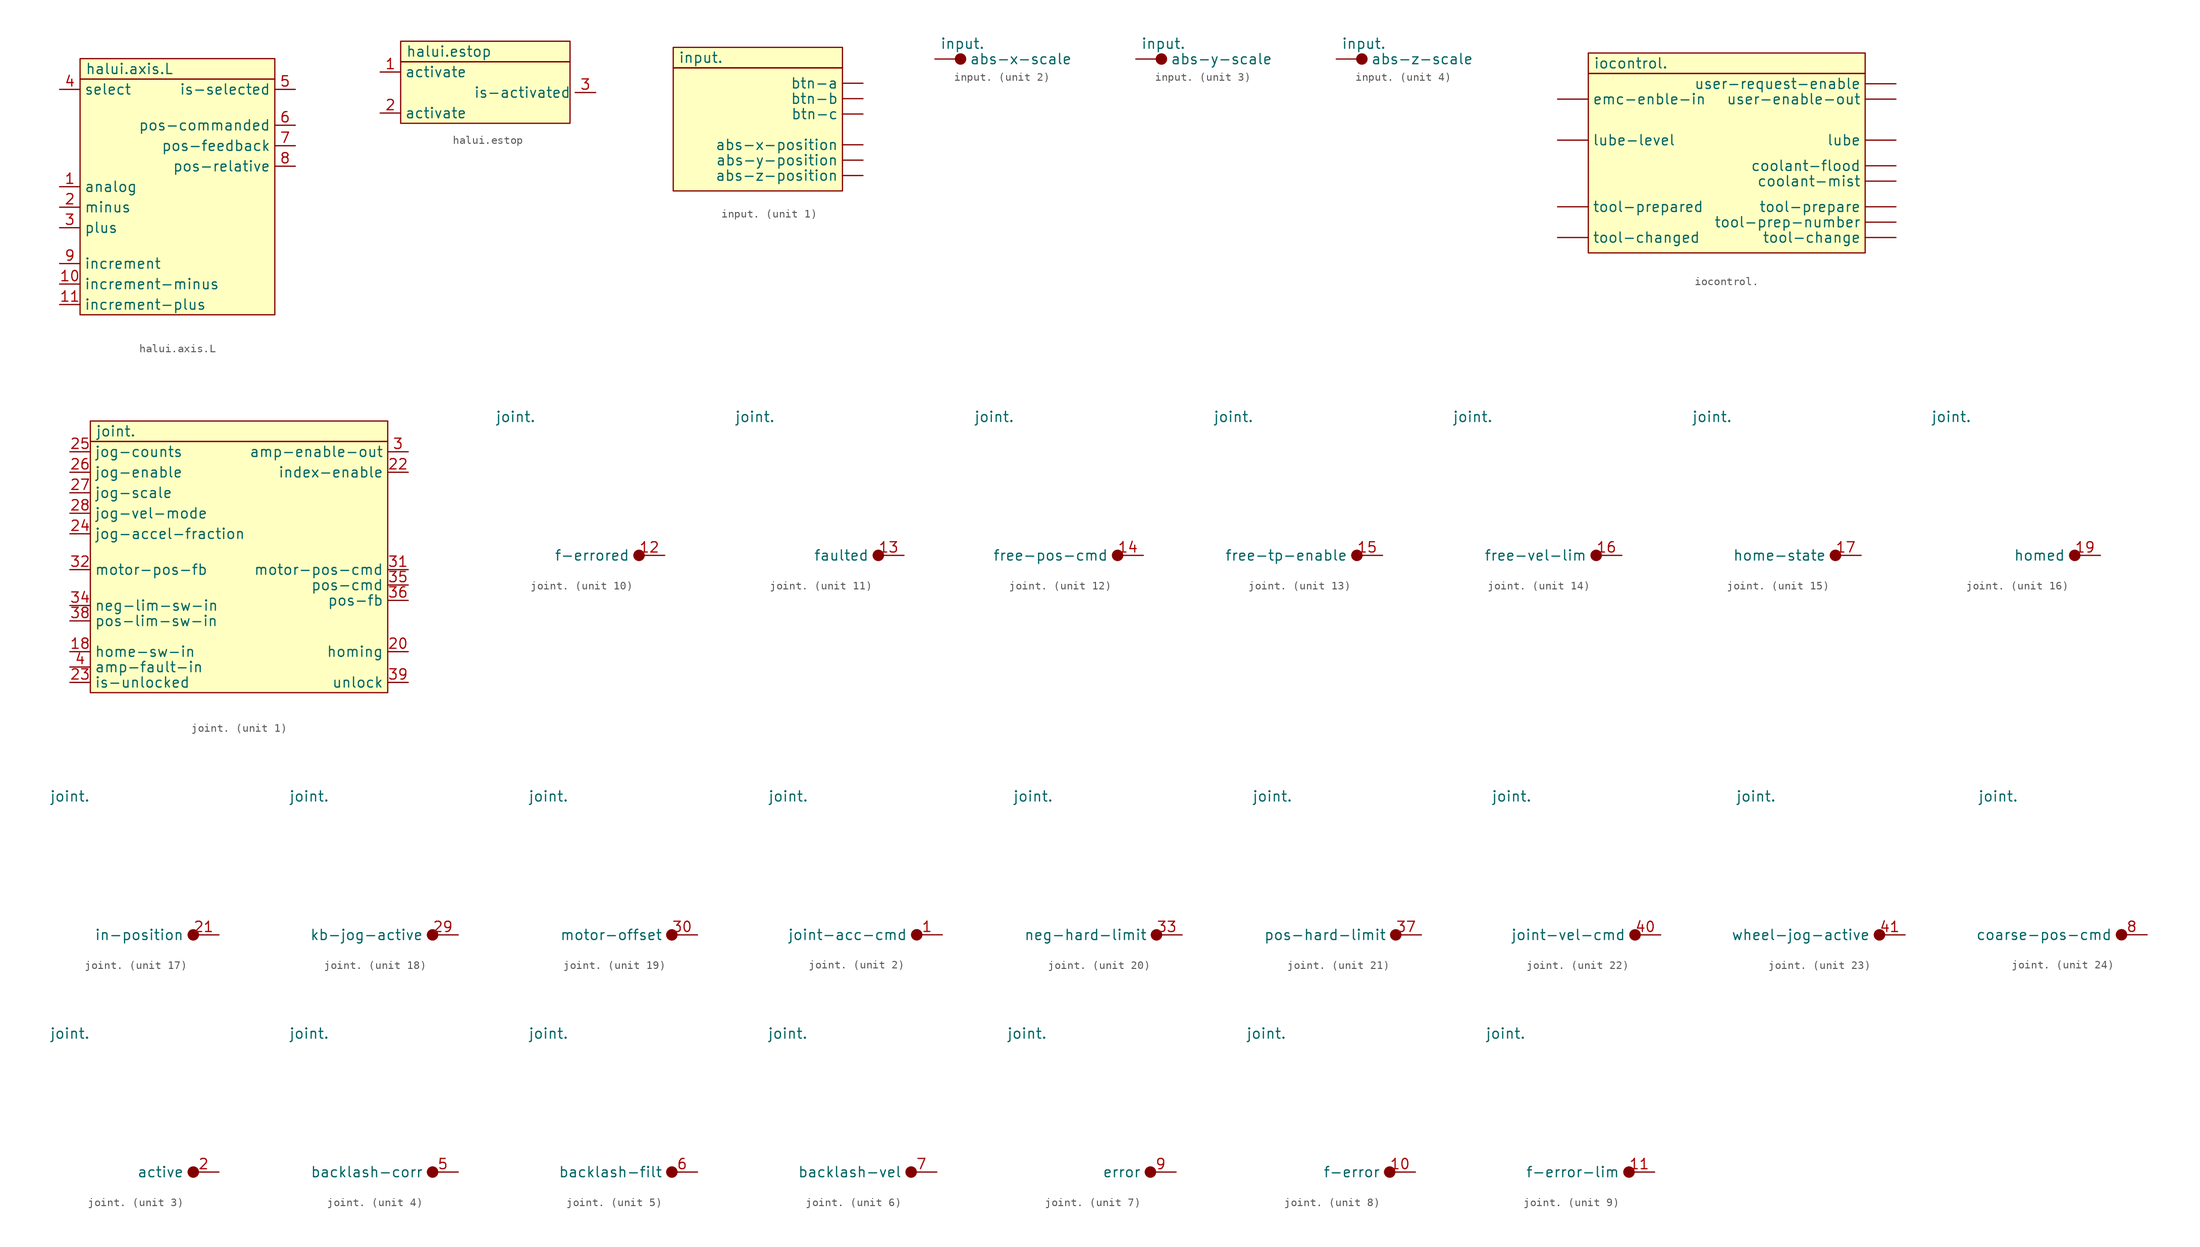
<source format=kicad_sym>
(kicad_symbol_lib
  (version 20220914)
  (generator kicad_symbol_editor)
  (symbol "halui.axis.L"
    (property "Reference" "HALUI"
      (at 0 -0.635 0)
      (effects (font (size 1.27 1.27)) hide))
    (property "Value" "halui.axis.L"
      (at -11.43 17.145 0)
      (effects (font (size 1.27 1.27)) (justify left)))
    (symbol "halui.axis.L_0_1"
      (rectangle (start -12.065 15.875) (end 12.065 -13.335) (stroke (width 0.152) (type default)) (fill (type background)))
      (rectangle (start -12.065 18.415) (end 12.065 15.875) (stroke (width 0.152) (type default)) (fill (type background))))
    (symbol "halui.axis.L_1_1"
      (pin input line (at -14.605 2.54 0) (length 2.54) (name "analog" (effects (font (size 1.27 1.27)))) (number "1" (effects (font (size 1.27 1.27)))))
      (pin input line (at -14.605 -9.525 0) (length 2.54) (name "increment-minus" (effects (font (size 1.27 1.27)))) (number "10" (effects (font (size 1.27 1.27)))))
      (pin input line (at -14.605 -12.065 0) (length 2.54) (name "increment-plus" (effects (font (size 1.27 1.27)))) (number "11" (effects (font (size 1.27 1.27)))))
      (pin input line (at -14.605 0 0) (length 2.54) (name "minus" (effects (font (size 1.27 1.27)))) (number "2" (effects (font (size 1.27 1.27)))))
      (pin input line (at -14.605 -2.54 0) (length 2.54) (name "plus" (effects (font (size 1.27 1.27)))) (number "3" (effects (font (size 1.27 1.27)))))
      (pin input line (at -14.605 14.605 0) (length 2.54) (name "select" (effects (font (size 1.27 1.27)))) (number "4" (effects (font (size 1.27 1.27)))))
      (pin output line (at 14.605 14.605 180) (length 2.54) (name "is-selected" (effects (font (size 1.27 1.27)))) (number "5" (effects (font (size 1.27 1.27)))))
      (pin output line (at 14.605 10.16 180) (length 2.54) (name "pos-commanded" (effects (font (size 1.27 1.27)))) (number "6" (effects (font (size 1.27 1.27)))))
      (pin output line (at 14.605 7.62 180) (length 2.54) (name "pos-feedback" (effects (font (size 1.27 1.27)))) (number "7" (effects (font (size 1.27 1.27)))))
      (pin output line (at 14.605 5.08 180) (length 2.54) (name "pos-relative" (effects (font (size 1.27 1.27)))) (number "8" (effects (font (size 1.27 1.27)))))
      (pin input line (at -14.605 -6.985 0) (length 2.54) (name "increment" (effects (font (size 1.27 1.27)))) (number "9" (effects (font (size 1.27 1.27)))))))
  (symbol "halui.estop"
    (property "Reference" "HALUI"
      (at 0 0 0)
      (effects (font (size 1.27 1.27)) hide))
    (property "Value" "halui.estop"
      (at -8.89 5.08 0)
      (effects (font (size 1.27 1.27)) (justify left)))
    (symbol "halui.estop_0_1"
      (rectangle (start -9.525 3.81) (end 11.43 -3.81) (stroke (width 0.152) (type default)) (fill (type background)))
      (rectangle (start -9.525 6.35) (end 11.43 3.81) (stroke (width 0.152) (type default)) (fill (type background))))
    (symbol "halui.estop_1_1"
      (pin input line (at -12.065 2.54 0) (length 2.54) (name "activate" (effects (font (size 1.27 1.27)))) (number "1" (effects (font (size 1.27 1.27)))))
      (pin input line (at -12.065 -2.54 0) (length 2.54) (name "activate" (effects (font (size 1.27 1.27)))) (number "2" (effects (font (size 1.27 1.27)))))
      (pin output line (at 14.605 0 180) (length 2.54) (name "is-activated" (effects (font (size 1.27 1.27)))) (number "3" (effects (font (size 1.27 1.27)))))))
  (symbol "input."
    (pin_numbers hide)
    (property "Reference" "HAL_INPUT"
      (at 13.335 -8.89 0)
      (effects (font (size 1.27 1.27)) hide))
    (property "Value" "input."
      (at -2.54 0 0)
      (effects (font (size 1.27 1.27)) (justify left)))
    (property "ki_locked" ""
      (at 0 0 0)
      (effects (font (size 1.27 1.27))))
    (symbol "input._1_0"
      (rectangle (start -3.175 -1.27) (end 17.78 -16.51) (stroke (width 0.152) (type default)) (fill (type background)))
      (rectangle (start -3.175 1.27) (end 17.78 -1.27) (stroke (width 0.152) (type default)) (fill (type background))))
    (symbol "input._1_1"
      (pin output line (at 20.32 -3.175 180) (length 2.54) (name "btn-a" (effects (font (size 1.27 1.27)))) (number "1" (effects (font (size 1.27 1.27)))))
      (pin output line (at 20.32 -5.08 180) (length 2.54) (name "btn-b" (effects (font (size 1.27 1.27)))) (number "2" (effects (font (size 1.27 1.27)))))
      (pin output line (at 20.32 -6.985 180) (length 2.54) (name "btn-c" (effects (font (size 1.27 1.27)))) (number "3" (effects (font (size 1.27 1.27)))))
      (pin output line (at 20.32 -10.795 180) (length 2.54) (name "abs-x-position" (effects (font (size 1.27 1.27)))) (number "4" (effects (font (size 1.27 1.27)))))
      (pin output line (at 20.32 -12.7 180) (length 2.54) (name "abs-y-position" (effects (font (size 1.27 1.27)))) (number "5" (effects (font (size 1.27 1.27)))))
      (pin output line (at 20.32 -14.605 180) (length 2.54) (name "abs-z-position" (effects (font (size 1.27 1.27)))) (number "6" (effects (font (size 1.27 1.27))))))
    (symbol "input._2_0"
      (circle (center 0 -1.905) (radius 0.635) (stroke (width 0.152) (type default)) (fill (type outline))))
    (symbol "input._2_1"
      (pin input line (at -3.175 -1.905 0) (length 3.78) (name "abs-x-scale" (effects (font (size 1.27 1.27)))) (number "7" (effects (font (size 1.27 1.27))))))
    (symbol "input._3_0"
      (circle (center 0 -1.905) (radius 0.635) (stroke (width 0.152) (type default)) (fill (type outline))))
    (symbol "input._3_1"
      (pin input line (at -3.175 -1.905 0) (length 3.78) (name "abs-y-scale" (effects (font (size 1.27 1.27)))) (number "8" (effects (font (size 1.27 1.27))))))
    (symbol "input._4_0"
      (circle (center 0 -1.905) (radius 0.635) (stroke (width 0.152) (type default)) (fill (type outline))))
    (symbol "input._4_1"
      (pin input line (at -3.175 -1.905 0) (length 3.78) (name "abs-z-scale" (effects (font (size 1.27 1.27)))) (number "9" (effects (font (size 1.27 1.27)))))))
  (symbol "iocontrol."
    (pin_numbers hide)
    (property "Reference" "IOCTL"
      (at 0 0 0)
      (effects (font (size 1.27 1.27)) hide))
    (property "Value" "iocontrol."
      (at -16.51 12.7 0)
      (effects (font (size 1.27 1.27)) (justify left)))
    (symbol "iocontrol._0_1"
      (rectangle (start -17.145 11.43) (end 17.145 -10.795) (stroke (width 0.152) (type default)) (fill (type background)))
      (rectangle (start -17.145 13.97) (end 17.145 11.43) (stroke (width 0.152) (type default)) (fill (type background))))
    (symbol "iocontrol._1_1"
      (pin output line (at 20.955 10.16 180) (length 3.81) (name "user-request-enable" (effects (font (size 1.27 1.27)))) (number "1" (effects (font (size 1.27 1.27)))))
      (pin input line (at -20.955 -8.89 0) (length 3.81) (name "tool-changed" (effects (font (size 1.27 1.27)))) (number "10" (effects (font (size 1.27 1.27)))))
      (pin output line (at 20.955 -8.89 180) (length 3.81) (name "tool-change" (effects (font (size 1.27 1.27)))) (number "11" (effects (font (size 1.27 1.27)))))
      (pin output line (at 20.955 8.255 180) (length 3.81) (name "user-enable-out" (effects (font (size 1.27 1.27)))) (number "2" (effects (font (size 1.27 1.27)))))
      (pin input line (at -20.955 8.255 0) (length 3.81) (name "emc-enble-in" (effects (font (size 1.27 1.27)))) (number "3" (effects (font (size 1.27 1.27)))))
      (pin output line (at 20.955 3.175 180) (length 3.81) (name "lube" (effects (font (size 1.27 1.27)))) (number "4" (effects (font (size 1.27 1.27)))))
      (pin input line (at -20.955 3.175 0) (length 3.81) (name "lube-level" (effects (font (size 1.27 1.27)))) (number "5" (effects (font (size 1.27 1.27)))))
      (pin output line (at 20.955 0 180) (length 3.81) (name "coolant-flood" (effects (font (size 1.27 1.27)))) (number "6" (effects (font (size 1.27 1.27)))))
      (pin output line (at 20.955 -1.905 180) (length 3.81) (name "coolant-mist" (effects (font (size 1.27 1.27)))) (number "7" (effects (font (size 1.27 1.27)))))
      (pin input line (at -20.955 -5.08 0) (length 3.81) (name "tool-prepared" (effects (font (size 1.27 1.27)))) (number "7" (effects (font (size 1.27 1.27)))))
      (pin output line (at 20.955 -5.08 180) (length 3.81) (name "tool-prepare" (effects (font (size 1.27 1.27)))) (number "8" (effects (font (size 1.27 1.27)))))
      (pin output line (at 20.955 -6.985 180) (length 3.81) (name "tool-prep-number" (effects (font (size 1.27 1.27)))) (number "9" (effects (font (size 1.27 1.27)))))))
  (symbol "joint."
    (property "Reference" "MOTION"
      (at 0 1.27 0)
      (effects (font (size 1.27 1.27)) hide))
    (property "Value" "joint."
      (at -17.145 17.145 0)
      (effects (font (size 1.27 1.27)) (justify left)))
    (property "ki_locked" ""
      (at 0 0 0)
      (effects (font (size 1.27 1.27))))
    (symbol "joint._1_1"
      (rectangle (start -17.78 15.875) (end 19.05 -15.24) (stroke (width 0.152) (type default)) (fill (type background)))
      (rectangle (start -17.78 18.415) (end 19.05 15.875) (stroke (width 0.152) (type default)) (fill (type background)))
      (pin input line (at -20.32 -10.16 0) (length 2.54) (name "home-sw-in" (effects (font (size 1.27 1.27)))) (number "18" (effects (font (size 1.27 1.27)))))
      (pin output line (at 21.59 -10.16 180) (length 2.54) (name "homing" (effects (font (size 1.27 1.27)))) (number "20" (effects (font (size 1.27 1.27)))))
      (pin output line (at 21.59 12.065 180) (length 2.54) (name "index-enable" (effects (font (size 1.27 1.27)))) (number "22" (effects (font (size 1.27 1.27)))))
      (pin input line (at -20.32 -13.97 0) (length 2.54) (name "is-unlocked" (effects (font (size 1.27 1.27)))) (number "23" (effects (font (size 1.27 1.27)))))
      (pin input line (at -20.32 4.445 0) (length 2.54) (name "jog-accel-fraction" (effects (font (size 1.27 1.27)))) (number "24" (effects (font (size 1.27 1.27)))))
      (pin input line (at -20.32 14.605 0) (length 2.54) (name "jog-counts" (effects (font (size 1.27 1.27)))) (number "25" (effects (font (size 1.27 1.27)))))
      (pin input line (at -20.32 12.065 0) (length 2.54) (name "jog-enable" (effects (font (size 1.27 1.27)))) (number "26" (effects (font (size 1.27 1.27)))))
      (pin input line (at -20.32 9.525 0) (length 2.54) (name "jog-scale" (effects (font (size 1.27 1.27)))) (number "27" (effects (font (size 1.27 1.27)))))
      (pin input line (at -20.32 6.985 0) (length 2.54) (name "jog-vel-mode" (effects (font (size 1.27 1.27)))) (number "28" (effects (font (size 1.27 1.27)))))
      (pin output line (at 21.59 14.605 180) (length 2.54) (name "amp-enable-out" (effects (font (size 1.27 1.27)))) (number "3" (effects (font (size 1.27 1.27)))))
      (pin output line (at 21.59 0 180) (length 2.54) (name "motor-pos-cmd" (effects (font (size 1.27 1.27)))) (number "31" (effects (font (size 1.27 1.27)))))
      (pin input line (at -20.32 0 0) (length 2.54) (name "motor-pos-fb" (effects (font (size 1.27 1.27)))) (number "32" (effects (font (size 1.27 1.27)))))
      (pin input line (at -20.32 -4.445 0) (length 2.54) (name "neg-lim-sw-in" (effects (font (size 1.27 1.27)))) (number "34" (effects (font (size 1.27 1.27)))))
      (pin output line (at 21.59 -1.905 180) (length 2.54) (name "pos-cmd" (effects (font (size 1.27 1.27)))) (number "35" (effects (font (size 1.27 1.27)))))
      (pin output line (at 21.59 -3.81 180) (length 2.54) (name "pos-fb" (effects (font (size 1.27 1.27)))) (number "36" (effects (font (size 1.27 1.27)))))
      (pin input line (at -20.32 -6.35 0) (length 2.54) (name "pos-lim-sw-in" (effects (font (size 1.27 1.27)))) (number "38" (effects (font (size 1.27 1.27)))))
      (pin output line (at 21.59 -13.97 180) (length 2.54) (name "unlock" (effects (font (size 1.27 1.27)))) (number "39" (effects (font (size 1.27 1.27)))))
      (pin input line (at -20.32 -12.065 0) (length 2.54) (name "amp-fault-in" (effects (font (size 1.27 1.27)))) (number "4" (effects (font (size 1.27 1.27))))))
    (symbol "joint._2_1"
      (circle (center 1.27 0) (radius 0.635) (stroke (width 0.152) (type default)) (fill (type outline)))
      (pin output line (at 4.445 0 180) (length 3.81) (name "joint-acc-cmd" (effects (font (size 1.27 1.27)))) (number "1" (effects (font (size 1.27 1.27))))))
    (symbol "joint._3_1"
      (circle (center 0.635 0) (radius 0.635) (stroke (width 0.152) (type default)) (fill (type outline)))
      (pin output line (at 3.81 0 180) (length 3.81) (name "active" (effects (font (size 1.27 1.27)))) (number "2" (effects (font (size 1.27 1.27))))))
    (symbol "joint._4_1"
      (circle (center 0.635 0) (radius 0.635) (stroke (width 0.152) (type default)) (fill (type outline)))
      (pin output line (at 3.81 0 180) (length 3.81) (name "backlash-corr" (effects (font (size 1.27 1.27)))) (number "5" (effects (font (size 1.27 1.27))))))
    (symbol "joint._5_1"
      (circle (center 0.635 0) (radius 0.635) (stroke (width 0.152) (type default)) (fill (type outline)))
      (pin output line (at 3.81 0 180) (length 3.81) (name "backlash-filt" (effects (font (size 1.27 1.27)))) (number "6" (effects (font (size 1.27 1.27))))))
    (symbol "joint._6_1"
      (circle (center 0.635 0) (radius 0.635) (stroke (width 0.152) (type default)) (fill (type outline)))
      (pin output line (at 3.81 0 180) (length 3.81) (name "backlash-vel" (effects (font (size 1.27 1.27)))) (number "7" (effects (font (size 1.27 1.27))))))
    (symbol "joint._7_1"
      (circle (center 0.635 0) (radius 0.635) (stroke (width 0.152) (type default)) (fill (type outline)))
      (pin output line (at 3.81 0 180) (length 3.81) (name "error" (effects (font (size 1.27 1.27)))) (number "9" (effects (font (size 1.27 1.27))))))
    (symbol "joint._8_1"
      (circle (center 0.635 0) (radius 0.635) (stroke (width 0.152) (type default)) (fill (type outline)))
      (pin output line (at 3.81 0 180) (length 3.81) (name "f-error" (effects (font (size 1.27 1.27)))) (number "10" (effects (font (size 1.27 1.27))))))
    (symbol "joint._9_1"
      (circle (center 0.635 0) (radius 0.635) (stroke (width 0.152) (type default)) (fill (type outline)))
      (pin output line (at 3.81 0 180) (length 3.81) (name "f-error-lim" (effects (font (size 1.27 1.27)))) (number "11" (effects (font (size 1.27 1.27))))))
    (symbol "joint._10_1"
      (circle (center 0.635 0) (radius 0.635) (stroke (width 0.152) (type default)) (fill (type outline)))
      (pin output line (at 3.81 0 180) (length 3.81) (name "f-errored" (effects (font (size 1.27 1.27)))) (number "12" (effects (font (size 1.27 1.27))))))
    (symbol "joint._11_1"
      (circle (center 0.635 0) (radius 0.635) (stroke (width 0.152) (type default)) (fill (type outline)))
      (pin output line (at 3.81 0 180) (length 3.81) (name "faulted" (effects (font (size 1.27 1.27)))) (number "13" (effects (font (size 1.27 1.27))))))
    (symbol "joint._12_1"
      (circle (center 0.635 0) (radius 0.635) (stroke (width 0.152) (type default)) (fill (type outline)))
      (pin output line (at 3.81 0 180) (length 3.81) (name "free-pos-cmd" (effects (font (size 1.27 1.27)))) (number "14" (effects (font (size 1.27 1.27))))))
    (symbol "joint._13_1"
      (circle (center 0.635 0) (radius 0.635) (stroke (width 0.152) (type default)) (fill (type outline)))
      (pin output line (at 3.81 0 180) (length 3.81) (name "free-tp-enable" (effects (font (size 1.27 1.27)))) (number "15" (effects (font (size 1.27 1.27))))))
    (symbol "joint._14_1"
      (circle (center 0.635 0) (radius 0.635) (stroke (width 0.152) (type default)) (fill (type outline)))
      (pin output line (at 3.81 0 180) (length 3.81) (name "free-vel-lim" (effects (font (size 1.27 1.27)))) (number "16" (effects (font (size 1.27 1.27))))))
    (symbol "joint._15_1"
      (circle (center 0.635 0) (radius 0.635) (stroke (width 0.152) (type default)) (fill (type outline)))
      (pin output line (at 3.81 0 180) (length 3.81) (name "home-state" (effects (font (size 1.27 1.27)))) (number "17" (effects (font (size 1.27 1.27))))))
    (symbol "joint._16_1"
      (circle (center 0.635 0) (radius 0.635) (stroke (width 0.152) (type default)) (fill (type outline)))
      (pin output line (at 3.81 0 180) (length 3.81) (name "homed" (effects (font (size 1.27 1.27)))) (number "19" (effects (font (size 1.27 1.27))))))
    (symbol "joint._17_1"
      (circle (center 0.635 0) (radius 0.635) (stroke (width 0.152) (type default)) (fill (type outline)))
      (pin output line (at 3.81 0 180) (length 3.81) (name "in-position" (effects (font (size 1.27 1.27)))) (number "21" (effects (font (size 1.27 1.27))))))
    (symbol "joint._18_1"
      (circle (center 0.635 0) (radius 0.635) (stroke (width 0.152) (type default)) (fill (type outline)))
      (pin output line (at 3.81 0 180) (length 3.81) (name "kb-jog-active" (effects (font (size 1.27 1.27)))) (number "29" (effects (font (size 1.27 1.27))))))
    (symbol "joint._19_1"
      (circle (center 0.635 0) (radius 0.635) (stroke (width 0.152) (type default)) (fill (type outline)))
      (pin output line (at 3.81 0 180) (length 3.81) (name "motor-offset" (effects (font (size 1.27 1.27)))) (number "30" (effects (font (size 1.27 1.27))))))
    (symbol "joint._20_1"
      (circle (center 0.635 0) (radius 0.635) (stroke (width 0.152) (type default)) (fill (type outline)))
      (pin output line (at 3.81 0 180) (length 3.81) (name "neg-hard-limit" (effects (font (size 1.27 1.27)))) (number "33" (effects (font (size 1.27 1.27))))))
    (symbol "joint._21_1"
      (circle (center 0.635 0) (radius 0.635) (stroke (width 0.152) (type default)) (fill (type outline)))
      (pin output line (at 3.81 0 180) (length 3.81) (name "pos-hard-limit" (effects (font (size 1.27 1.27)))) (number "37" (effects (font (size 1.27 1.27))))))
    (symbol "joint._22_1"
      (circle (center 0.635 0) (radius 0.635) (stroke (width 0.152) (type default)) (fill (type outline)))
      (pin output line (at 3.81 0 180) (length 3.81) (name "joint-vel-cmd" (effects (font (size 1.27 1.27)))) (number "40" (effects (font (size 1.27 1.27))))))
    (symbol "joint._23_1"
      (circle (center 0.635 0) (radius 0.635) (stroke (width 0.152) (type default)) (fill (type outline)))
      (pin output line (at 3.81 0 180) (length 3.81) (name "wheel-jog-active" (effects (font (size 1.27 1.27)))) (number "41" (effects (font (size 1.27 1.27))))))
    (symbol "joint._24_1"
      (circle (center 0.635 0) (radius 0.635) (stroke (width 0.152) (type default)) (fill (type outline)))
      (pin output line (at 3.81 0 180) (length 3.81) (name "coarse-pos-cmd" (effects (font (size 1.27 1.27)))) (number "8" (effects (font (size 1.27 1.27))))))))
</source>
